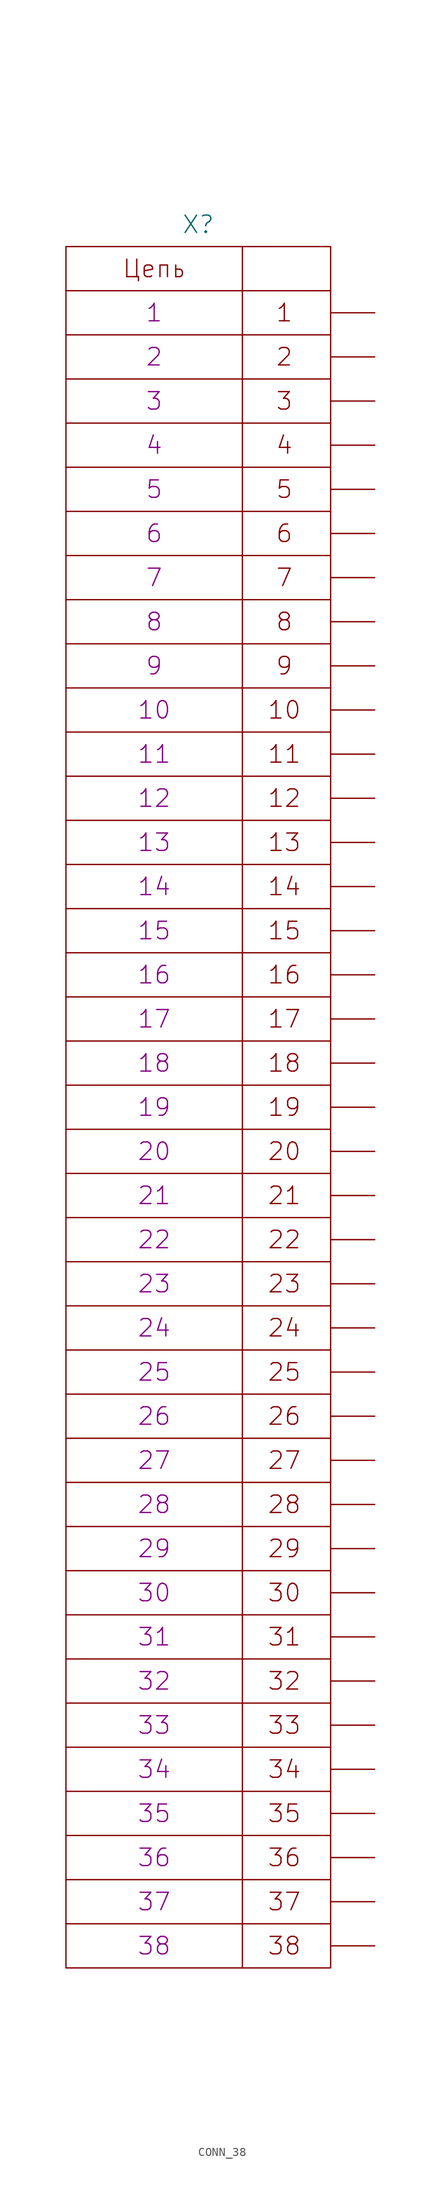
<source format=kicad_sym>
(kicad_symbol_lib
  (version 20231120)
  (generator "kicad_symbol_editor")
  (generator_version "8.0")
  (symbol "CONN_38"
    (pin_numbers hide)
    (pin_names
      (offset 0) hide)
    (property "Reference" "X"
      (at 0 101.6 0)
      (effects (font (size 2.007 2.007))))
    (property "PIN1" "1"
      (at -5.08 91.44 0)
      (effects (font (size 2.007 2.007))))
    (property "PIN2" "2"
      (at -5.08 86.36 0)
      (effects (font (size 2.007 2.007))))
    (property "PIN3" "3"
      (at -5.08 81.28 0)
      (effects (font (size 2.007 2.007))))
    (property "PIN4" "4"
      (at -5.08 76.2 0)
      (effects (font (size 2.007 2.007))))
    (property "PIN5" "5"
      (at -5.08 71.12 0)
      (effects (font (size 2.007 2.007))))
    (property "PIN6" "6"
      (at -5.08 66.04 0)
      (effects (font (size 2.007 2.007))))
    (property "PIN7" "7"
      (at -5.08 60.96 0)
      (effects (font (size 2.007 2.007))))
    (property "PIN8" "8"
      (at -5.08 55.88 0)
      (effects (font (size 2.007 2.007))))
    (property "PIN9" "9"
      (at -5.08 50.8 0)
      (effects (font (size 2.007 2.007))))
    (property "PIN10" "10"
      (at -5.08 45.72 0)
      (effects (font (size 2.007 2.007))))
    (property "PIN11" "11"
      (at -5.08 40.64 0)
      (effects (font (size 2.007 2.007))))
    (property "PIN12" "12"
      (at -5.08 35.56 0)
      (effects (font (size 2.007 2.007))))
    (property "PIN13" "13"
      (at -5.08 30.48 0)
      (effects (font (size 2.007 2.007))))
    (property "PIN14" "14"
      (at -5.08 25.4 0)
      (effects (font (size 2.007 2.007))))
    (property "PIN15" "15"
      (at -5.08 20.32 0)
      (effects (font (size 2.007 2.007))))
    (property "PIN16" "16"
      (at -5.08 15.24 0)
      (effects (font (size 2.007 2.007))))
    (property "PIN17" "17"
      (at -5.08 10.16 0)
      (effects (font (size 2.007 2.007))))
    (property "PIN18" "18"
      (at -5.08 5.08 0)
      (effects (font (size 2.007 2.007))))
    (property "PIN19" "19"
      (at -5.08 0 0)
      (effects (font (size 2.007 2.007))))
    (property "PIN20" "20"
      (at -5.08 -5.08 0)
      (effects (font (size 2.007 2.007))))
    (property "PIN21" "21"
      (at -5.08 -10.16 0)
      (effects (font (size 2.007 2.007))))
    (property "PIN22" "22"
      (at -5.08 -15.24 0)
      (effects (font (size 2.007 2.007))))
    (property "PIN23" "23"
      (at -5.08 -20.32 0)
      (effects (font (size 2.007 2.007))))
    (property "PIN24" "24"
      (at -5.08 -25.4 0)
      (effects (font (size 2.007 2.007))))
    (property "PIN25" "25"
      (at -5.08 -30.48 0)
      (effects (font (size 2.007 2.007))))
    (property "PIN26" "26"
      (at -5.08 -35.56 0)
      (effects (font (size 2.007 2.007))))
    (property "PIN27" "27"
      (at -5.08 -40.64 0)
      (effects (font (size 2.007 2.007))))
    (property "PIN28" "28"
      (at -5.08 -45.72 0)
      (effects (font (size 2.007 2.007))))
    (property "PIN29" "29"
      (at -5.08 -50.8 0)
      (effects (font (size 2.007 2.007))))
    (property "PIN30" "30"
      (at -5.08 -55.88 0)
      (effects (font (size 2.007 2.007))))
    (property "PIN31" "31"
      (at -5.08 -60.96 0)
      (effects (font (size 2.007 2.007))))
    (property "PIN32" "32"
      (at -5.08 -66.04 0)
      (effects (font (size 2.007 2.007))))
    (property "PIN33" "33"
      (at -5.08 -71.12 0)
      (effects (font (size 2.007 2.007))))
    (property "PIN34" "34"
      (at -5.08 -76.2 0)
      (effects (font (size 2.007 2.007))))
    (property "PIN35" "35"
      (at -5.08 -81.28 0)
      (effects (font (size 2.007 2.007))))
    (property "PIN36" "36"
      (at -5.08 -86.36 0)
      (effects (font (size 2.007 2.007))))
    (property "PIN37" "37"
      (at -5.08 -91.44 0)
      (effects (font (size 2.007 2.007))))
    (property "PIN38" "38"
      (at -5.08 -96.52 0)
      (effects (font (size 2.007 2.007))))
    (symbol "CONN_38_0_0"
      (polyline (pts (xy -15.24 -93.98) (xy 15.24 -93.98)) (stroke (width 0) (type solid)) (fill (type none)))
      (polyline (pts (xy -15.24 -88.9) (xy 15.24 -88.9)) (stroke (width 0) (type solid)) (fill (type none)))
      (polyline (pts (xy -15.24 -83.82) (xy 15.24 -83.82)) (stroke (width 0) (type solid)) (fill (type none)))
      (polyline (pts (xy -15.24 -78.74) (xy 15.24 -78.74)) (stroke (width 0) (type solid)) (fill (type none)))
      (polyline (pts (xy -15.24 -73.66) (xy 15.24 -73.66)) (stroke (width 0) (type solid)) (fill (type none)))
      (polyline (pts (xy -15.24 -68.58) (xy 15.24 -68.58)) (stroke (width 0) (type solid)) (fill (type none)))
      (polyline (pts (xy -15.24 -63.5) (xy 15.24 -63.5)) (stroke (width 0) (type solid)) (fill (type none)))
      (polyline (pts (xy -15.24 -58.42) (xy 15.24 -58.42)) (stroke (width 0) (type solid)) (fill (type none)))
      (polyline (pts (xy -15.24 -53.34) (xy 15.24 -53.34)) (stroke (width 0) (type solid)) (fill (type none)))
      (polyline (pts (xy -15.24 -48.26) (xy 15.24 -48.26)) (stroke (width 0) (type solid)) (fill (type none)))
      (polyline (pts (xy -15.24 -43.18) (xy 15.24 -43.18)) (stroke (width 0) (type solid)) (fill (type none)))
      (polyline (pts (xy -15.24 -38.1) (xy 15.24 -38.1)) (stroke (width 0) (type solid)) (fill (type none)))
      (polyline (pts (xy -15.24 -33.02) (xy 15.24 -33.02)) (stroke (width 0) (type solid)) (fill (type none)))
      (polyline (pts (xy -15.24 -27.94) (xy 15.24 -27.94)) (stroke (width 0) (type solid)) (fill (type none)))
      (polyline (pts (xy -15.24 -22.86) (xy 15.24 -22.86)) (stroke (width 0) (type solid)) (fill (type none)))
      (polyline (pts (xy -15.24 -17.78) (xy 15.24 -17.78)) (stroke (width 0) (type solid)) (fill (type none)))
      (polyline (pts (xy -15.24 -12.7) (xy 15.24 -12.7)) (stroke (width 0) (type solid)) (fill (type none)))
      (polyline (pts (xy -15.24 -7.62) (xy 15.24 -7.62)) (stroke (width 0) (type solid)) (fill (type none)))
      (polyline (pts (xy -15.24 -2.54) (xy 15.24 -2.54)) (stroke (width 0) (type solid)) (fill (type none)))
      (polyline (pts (xy -15.24 2.54) (xy 15.24 2.54)) (stroke (width 0) (type solid)) (fill (type none)))
      (polyline (pts (xy -15.24 7.62) (xy 15.24 7.62)) (stroke (width 0) (type solid)) (fill (type none)))
      (polyline (pts (xy -15.24 12.7) (xy 15.24 12.7)) (stroke (width 0) (type solid)) (fill (type none)))
      (polyline (pts (xy -15.24 17.78) (xy 15.24 17.78)) (stroke (width 0) (type solid)) (fill (type none)))
      (polyline (pts (xy -15.24 22.86) (xy 15.24 22.86)) (stroke (width 0) (type solid)) (fill (type none)))
      (polyline (pts (xy -15.24 27.94) (xy 15.24 27.94)) (stroke (width 0) (type solid)) (fill (type none)))
      (polyline (pts (xy -15.24 33.02) (xy 15.24 33.02)) (stroke (width 0) (type solid)) (fill (type none)))
      (polyline (pts (xy -15.24 38.1) (xy 15.24 38.1)) (stroke (width 0) (type solid)) (fill (type none)))
      (polyline (pts (xy -15.24 43.18) (xy 15.24 43.18)) (stroke (width 0) (type solid)) (fill (type none)))
      (polyline (pts (xy -15.24 48.26) (xy 15.24 48.26)) (stroke (width 0) (type solid)) (fill (type none)))
      (polyline (pts (xy -15.24 53.34) (xy 15.24 53.34)) (stroke (width 0) (type solid)) (fill (type none)))
      (polyline (pts (xy -15.24 58.42) (xy 15.24 58.42)) (stroke (width 0) (type solid)) (fill (type none)))
      (polyline (pts (xy -15.24 63.5) (xy 15.24 63.5)) (stroke (width 0) (type solid)) (fill (type none)))
      (polyline (pts (xy -15.24 68.58) (xy 15.24 68.58)) (stroke (width 0) (type solid)) (fill (type none)))
      (polyline (pts (xy -15.24 73.66) (xy 15.24 73.66)) (stroke (width 0) (type solid)) (fill (type none)))
      (polyline (pts (xy -15.24 78.74) (xy 15.24 78.74)) (stroke (width 0) (type solid)) (fill (type none)))
      (polyline (pts (xy -15.24 83.82) (xy 15.24 83.82)) (stroke (width 0) (type solid)) (fill (type none)))
      (polyline (pts (xy -15.24 88.9) (xy 15.24 88.9)) (stroke (width 0) (type solid)) (fill (type none)))
      (polyline (pts (xy -15.24 93.98) (xy 15.24 93.98)) (stroke (width 0) (type solid)) (fill (type none)))
      (polyline (pts (xy 5.08 99.06) (xy 5.08 -99.06)) (stroke (width 0) (type solid)) (fill (type none)))
      (rectangle (start 15.24 99.06) (end -15.24 -99.06) (stroke (width 0) (type solid)) (fill (type none))))
    (symbol "CONN_38_1_1"
      (text "1" (at 9.906 91.44 0) (effects (font (size 2.007 2.007))))
      (text "10" (at 9.906 45.72 0) (effects (font (size 2.007 2.007))))
      (text "11" (at 9.906 40.64 0) (effects (font (size 2.007 2.007))))
      (text "12" (at 9.906 35.56 0) (effects (font (size 2.007 2.007))))
      (text "13" (at 9.906 30.48 0) (effects (font (size 2.007 2.007))))
      (text "14" (at 9.906 25.4 0) (effects (font (size 2.007 2.007))))
      (text "15" (at 9.906 20.32 0) (effects (font (size 2.007 2.007))))
      (text "16" (at 9.906 15.24 0) (effects (font (size 2.007 2.007))))
      (text "17" (at 9.906 10.16 0) (effects (font (size 2.007 2.007))))
      (text "18" (at 9.906 5.08 0) (effects (font (size 2.007 2.007))))
      (text "19" (at 9.906 0 0) (effects (font (size 2.007 2.007))))
      (text "2" (at 9.906 86.36 0) (effects (font (size 2.007 2.007))))
      (text "20" (at 9.906 -5.08 0) (effects (font (size 2.007 2.007))))
      (text "21" (at 9.906 -10.16 0) (effects (font (size 2.007 2.007))))
      (text "22" (at 9.906 -15.24 0) (effects (font (size 2.007 2.007))))
      (text "23" (at 9.906 -20.32 0) (effects (font (size 2.007 2.007))))
      (text "24" (at 9.906 -25.4 0) (effects (font (size 2.007 2.007))))
      (text "25" (at 9.906 -30.48 0) (effects (font (size 2.007 2.007))))
      (text "26" (at 9.906 -35.56 0) (effects (font (size 2.007 2.007))))
      (text "27" (at 9.906 -40.64 0) (effects (font (size 2.007 2.007))))
      (text "28" (at 9.906 -45.72 0) (effects (font (size 2.007 2.007))))
      (text "29" (at 9.906 -50.8 0) (effects (font (size 2.007 2.007))))
      (text "3" (at 9.906 81.28 0) (effects (font (size 2.007 2.007))))
      (text "30" (at 9.906 -55.88 0) (effects (font (size 2.007 2.007))))
      (text "31" (at 9.906 -60.96 0) (effects (font (size 2.007 2.007))))
      (text "32" (at 9.906 -66.04 0) (effects (font (size 2.007 2.007))))
      (text "33" (at 9.906 -71.12 0) (effects (font (size 2.007 2.007))))
      (text "34" (at 9.906 -76.2 0) (effects (font (size 2.007 2.007))))
      (text "35" (at 9.906 -81.28 0) (effects (font (size 2.007 2.007))))
      (text "36" (at 9.906 -86.36 0) (effects (font (size 2.007 2.007))))
      (text "37" (at 9.906 -91.44 0) (effects (font (size 2.007 2.007))))
      (text "38" (at 9.906 -96.52 0) (effects (font (size 2.007 2.007))))
      (text "4" (at 9.906 76.2 0) (effects (font (size 2.007 2.007))))
      (text "5" (at 9.906 71.12 0) (effects (font (size 2.007 2.007))))
      (text "6" (at 9.906 66.04 0) (effects (font (size 2.007 2.007))))
      (text "7" (at 9.906 60.96 0) (effects (font (size 2.007 2.007))))
      (text "8" (at 9.906 55.88 0) (effects (font (size 2.007 2.007))))
      (text "9" (at 9.906 50.8 0) (effects (font (size 2.007 2.007))))
      (text "Цепь" (at -5.08 96.52 0) (effects (font (size 2.007 2.007))))
      (pin passive line (at 20.32 91.44 180) (length 5.08) (name "1" (effects (font (size 2.007 2.007)))) (number "1" (effects (font (size 2.007 2.007)))))
      (pin passive line (at 20.32 45.72 180) (length 5.08) (name "10" (effects (font (size 2.007 2.007)))) (number "10" (effects (font (size 2.007 2.007)))))
      (pin passive line (at 20.32 40.64 180) (length 5.08) (name "11" (effects (font (size 2.007 2.007)))) (number "11" (effects (font (size 2.007 2.007)))))
      (pin passive line (at 20.32 35.56 180) (length 5.08) (name "12" (effects (font (size 2.007 2.007)))) (number "12" (effects (font (size 2.007 2.007)))))
      (pin passive line (at 20.32 30.48 180) (length 5.08) (name "13" (effects (font (size 2.007 2.007)))) (number "13" (effects (font (size 2.007 2.007)))))
      (pin passive line (at 20.32 25.4 180) (length 5.08) (name "14" (effects (font (size 2.007 2.007)))) (number "14" (effects (font (size 2.007 2.007)))))
      (pin passive line (at 20.32 20.32 180) (length 5.08) (name "15" (effects (font (size 2.007 2.007)))) (number "15" (effects (font (size 2.007 2.007)))))
      (pin passive line (at 20.32 15.24 180) (length 5.08) (name "16" (effects (font (size 2.007 2.007)))) (number "16" (effects (font (size 2.007 2.007)))))
      (pin passive line (at 20.32 10.16 180) (length 5.08) (name "17" (effects (font (size 2.007 2.007)))) (number "17" (effects (font (size 2.007 2.007)))))
      (pin passive line (at 20.32 5.08 180) (length 5.08) (name "18" (effects (font (size 2.007 2.007)))) (number "18" (effects (font (size 2.007 2.007)))))
      (pin passive line (at 20.32 0 180) (length 5.08) (name "19" (effects (font (size 2.007 2.007)))) (number "19" (effects (font (size 2.007 2.007)))))
      (pin passive line (at 20.32 86.36 180) (length 5.08) (name "2" (effects (font (size 2.007 2.007)))) (number "2" (effects (font (size 2.007 2.007)))))
      (pin passive line (at 20.32 -5.08 180) (length 5.08) (name "20" (effects (font (size 2.007 2.007)))) (number "20" (effects (font (size 2.007 2.007)))))
      (pin passive line (at 20.32 -10.16 180) (length 5.08) (name "21" (effects (font (size 2.007 2.007)))) (number "21" (effects (font (size 2.007 2.007)))))
      (pin passive line (at 20.32 -15.24 180) (length 5.08) (name "22" (effects (font (size 2.007 2.007)))) (number "22" (effects (font (size 2.007 2.007)))))
      (pin passive line (at 20.32 -20.32 180) (length 5.08) (name "23" (effects (font (size 2.007 2.007)))) (number "23" (effects (font (size 2.007 2.007)))))
      (pin passive line (at 20.32 -25.4 180) (length 5.08) (name "24" (effects (font (size 2.007 2.007)))) (number "24" (effects (font (size 2.007 2.007)))))
      (pin passive line (at 20.32 -30.48 180) (length 5.08) (name "25" (effects (font (size 2.007 2.007)))) (number "25" (effects (font (size 2.007 2.007)))))
      (pin passive line (at 20.32 -35.56 180) (length 5.08) (name "26" (effects (font (size 2.007 2.007)))) (number "26" (effects (font (size 2.007 2.007)))))
      (pin passive line (at 20.32 -40.64 180) (length 5.08) (name "27" (effects (font (size 2.007 2.007)))) (number "27" (effects (font (size 2.007 2.007)))))
      (pin passive line (at 20.32 -45.72 180) (length 5.08) (name "28" (effects (font (size 2.007 2.007)))) (number "28" (effects (font (size 2.007 2.007)))))
      (pin passive line (at 20.32 -50.8 180) (length 5.08) (name "29" (effects (font (size 2.007 2.007)))) (number "29" (effects (font (size 2.007 2.007)))))
      (pin passive line (at 20.32 81.28 180) (length 5.08) (name "3" (effects (font (size 2.007 2.007)))) (number "3" (effects (font (size 2.007 2.007)))))
      (pin passive line (at 20.32 -55.88 180) (length 5.08) (name "30" (effects (font (size 2.007 2.007)))) (number "30" (effects (font (size 2.007 2.007)))))
      (pin passive line (at 20.32 -60.96 180) (length 5.08) (name "31" (effects (font (size 2.007 2.007)))) (number "31" (effects (font (size 2.007 2.007)))))
      (pin passive line (at 20.32 -66.04 180) (length 5.08) (name "32" (effects (font (size 2.007 2.007)))) (number "32" (effects (font (size 2.007 2.007)))))
      (pin passive line (at 20.32 -71.12 180) (length 5.08) (name "33" (effects (font (size 2.007 2.007)))) (number "33" (effects (font (size 2.007 2.007)))))
      (pin passive line (at 20.32 -76.2 180) (length 5.08) (name "34" (effects (font (size 2.007 2.007)))) (number "34" (effects (font (size 2.007 2.007)))))
      (pin passive line (at 20.32 -81.28 180) (length 5.08) (name "35" (effects (font (size 2.007 2.007)))) (number "35" (effects (font (size 2.007 2.007)))))
      (pin passive line (at 20.32 -86.36 180) (length 5.08) (name "36" (effects (font (size 2.007 2.007)))) (number "36" (effects (font (size 2.007 2.007)))))
      (pin passive line (at 20.32 -91.44 180) (length 5.08) (name "37" (effects (font (size 2.007 2.007)))) (number "37" (effects (font (size 2.007 2.007)))))
      (pin passive line (at 20.32 -96.52 180) (length 5.08) (name "38" (effects (font (size 2.007 2.007)))) (number "38" (effects (font (size 2.007 2.007)))))
      (pin passive line (at 20.32 76.2 180) (length 5.08) (name "4" (effects (font (size 2.007 2.007)))) (number "4" (effects (font (size 2.007 2.007)))))
      (pin passive line (at 20.32 71.12 180) (length 5.08) (name "5" (effects (font (size 2.007 2.007)))) (number "5" (effects (font (size 2.007 2.007)))))
      (pin passive line (at 20.32 66.04 180) (length 5.08) (name "6" (effects (font (size 2.007 2.007)))) (number "6" (effects (font (size 2.007 2.007)))))
      (pin passive line (at 20.32 60.96 180) (length 5.08) (name "7" (effects (font (size 2.007 2.007)))) (number "7" (effects (font (size 2.007 2.007)))))
      (pin passive line (at 20.32 55.88 180) (length 5.08) (name "8" (effects (font (size 2.007 2.007)))) (number "8" (effects (font (size 2.007 2.007)))))
      (pin passive line (at 20.32 50.8 180) (length 5.08) (name "9" (effects (font (size 2.007 2.007)))) (number "9" (effects (font (size 2.007 2.007))))))))
</source>
